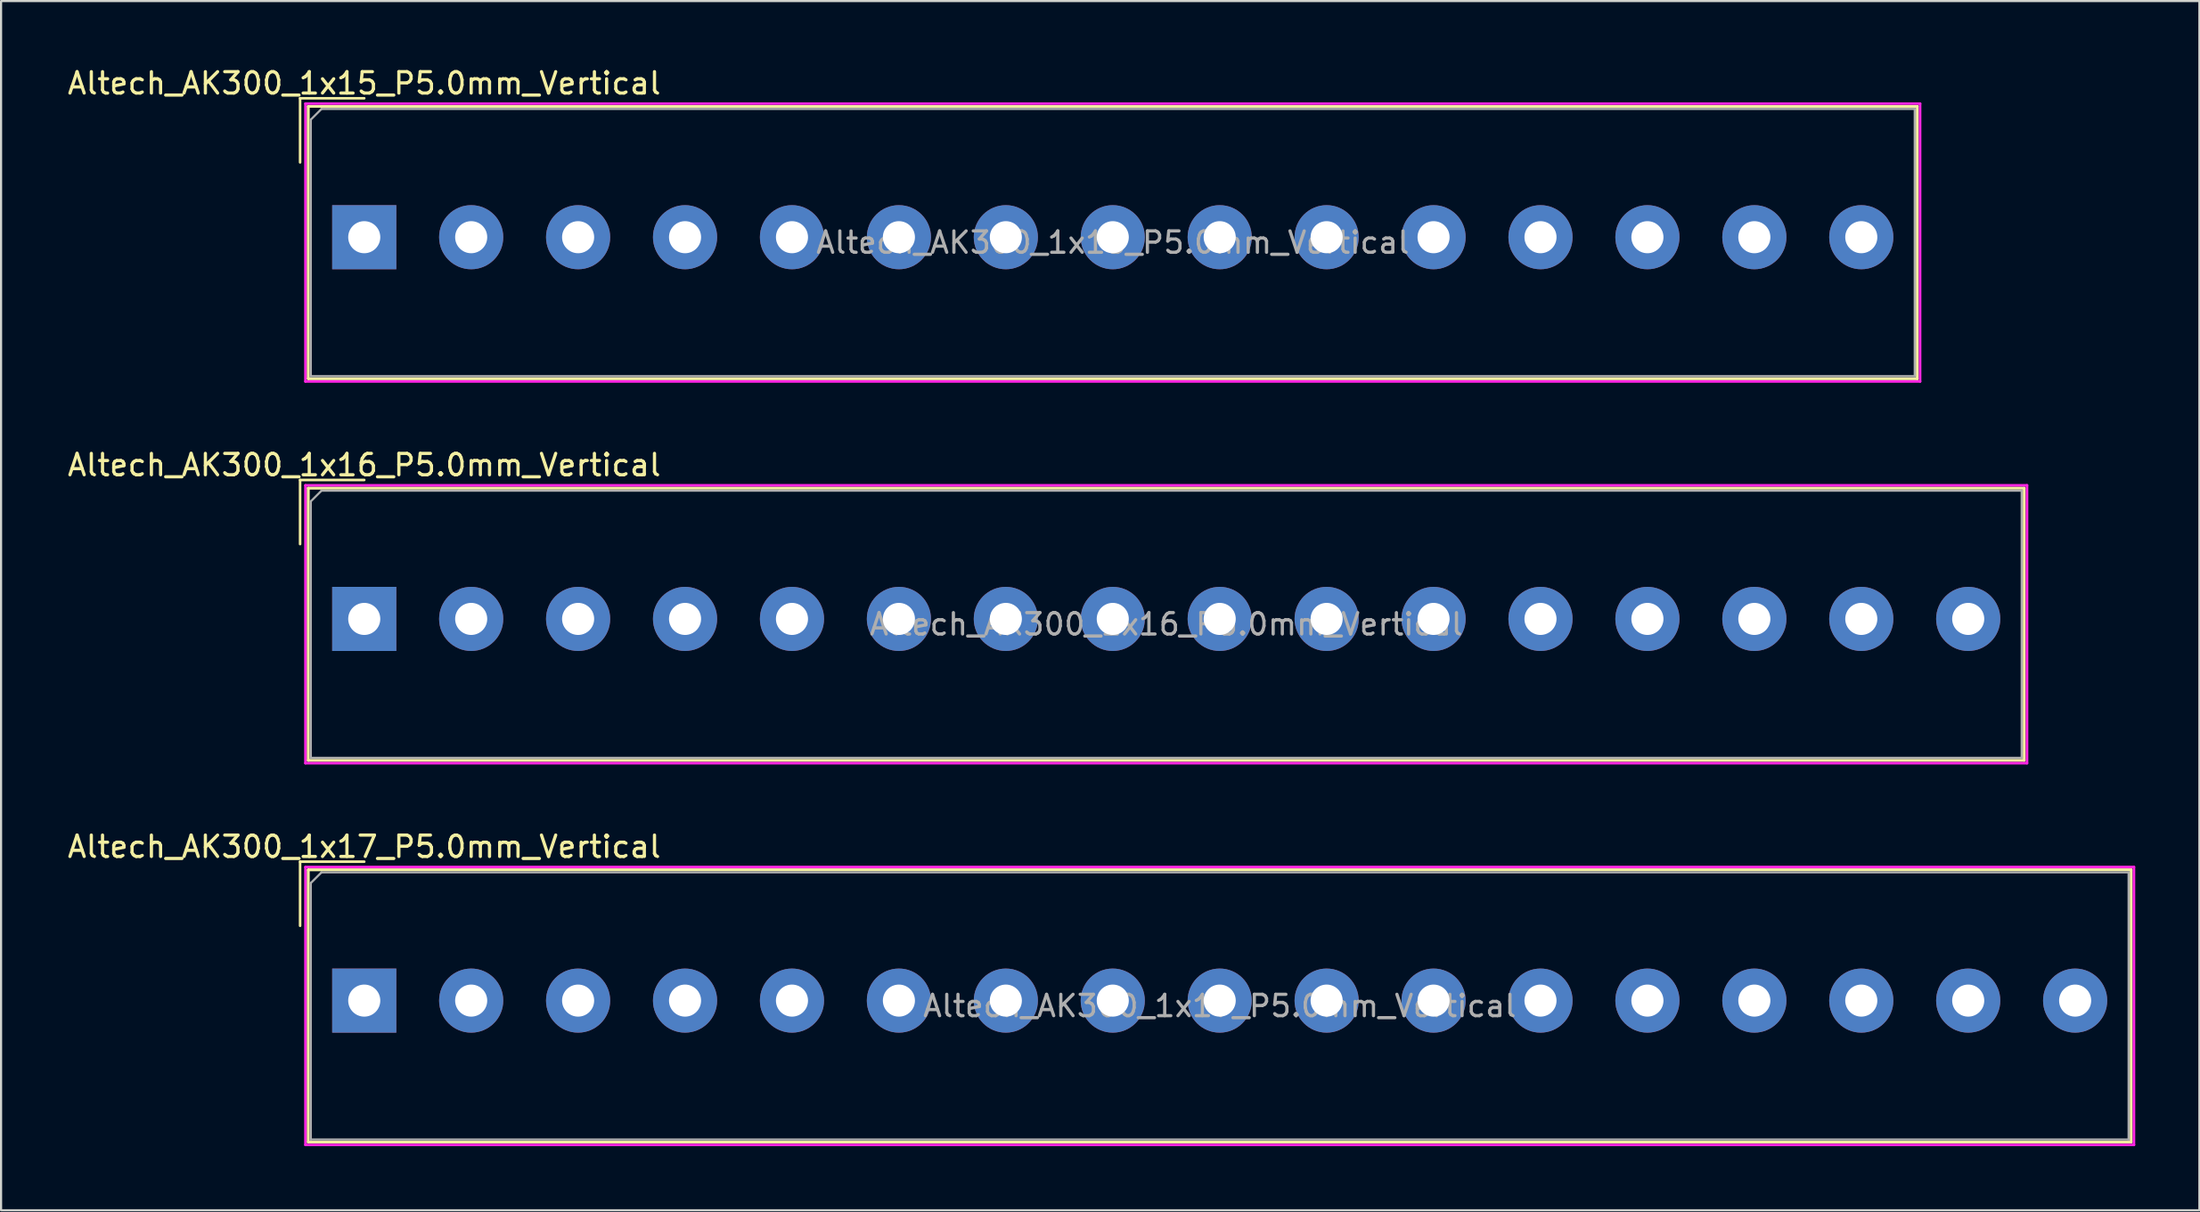
<source format=kicad_pcb>
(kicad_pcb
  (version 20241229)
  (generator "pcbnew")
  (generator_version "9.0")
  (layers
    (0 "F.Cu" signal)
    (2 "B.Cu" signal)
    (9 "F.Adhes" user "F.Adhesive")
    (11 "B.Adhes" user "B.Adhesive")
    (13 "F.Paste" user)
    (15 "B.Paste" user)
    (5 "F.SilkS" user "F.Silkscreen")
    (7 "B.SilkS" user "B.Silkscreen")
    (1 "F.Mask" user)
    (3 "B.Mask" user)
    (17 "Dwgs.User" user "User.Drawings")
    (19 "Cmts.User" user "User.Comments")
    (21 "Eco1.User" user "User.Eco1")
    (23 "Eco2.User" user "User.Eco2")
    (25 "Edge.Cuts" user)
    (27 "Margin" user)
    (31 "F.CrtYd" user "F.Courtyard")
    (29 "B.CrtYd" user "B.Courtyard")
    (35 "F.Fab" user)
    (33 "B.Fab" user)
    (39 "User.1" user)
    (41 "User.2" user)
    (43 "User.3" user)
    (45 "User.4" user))
  (footprint "Altech_AK300_1x15_P5.0mm_Vertical"
    (layer "F.Cu")
    (at 13.982 8.048)
    (property "Reference" "Altech_AK300_1x15_P5.0mm_Vertical" (at 0 -7.2 0) (layer "F.SilkS") (effects (font (size 1 1) (thickness 0.15))))
    (attr through_hole)
    (fp_line (start -3 -6.5) (end 0 -6.5) (stroke (width 0.12) (type solid)) (layer "F.SilkS"))
    (fp_line (start -3 -3.5) (end -3 -6.5) (stroke (width 0.12) (type solid)) (layer "F.SilkS"))
    (fp_line (start -2.62 -6.12) (end -2.62 6.62) (stroke (width 0.12) (type solid)) (layer "F.SilkS"))
    (fp_line (start -2.62 -6.12) (end -2.62 6.62) (stroke (width 0.12) (type solid)) (layer "F.SilkS"))
    (fp_line (start -2.62 -6.12) (end 72.62 -6.12) (stroke (width 0.12) (type solid)) (layer "F.SilkS"))
    (fp_line (start -2.62 -6.12) (end 72.62 -6.12) (stroke (width 0.12) (type solid)) (layer "F.SilkS"))
    (fp_line (start -2.62 6.62) (end 72.62 6.62) (stroke (width 0.12) (type solid)) (layer "F.SilkS"))
    (fp_line (start -2.62 6.62) (end 72.62 6.62) (stroke (width 0.12) (type solid)) (layer "F.SilkS"))
    (fp_line (start 72.62 -6.12) (end 72.62 6.62) (stroke (width 0.12) (type solid)) (layer "F.SilkS"))
    (fp_line (start 72.62 -6.12) (end 72.62 6.62) (stroke (width 0.12) (type solid)) (layer "F.SilkS"))
    (fp_line (start -2.75 -6.25) (end -2.75 6.75) (stroke (width 0.12) (type solid)) (layer "F.CrtYd"))
    (fp_line (start -2.75 -6.25) (end 72.75 -6.25) (stroke (width 0.12) (type solid)) (layer "F.CrtYd"))
    (fp_line (start -2.75 6.75) (end 72.75 6.75) (stroke (width 0.12) (type solid)) (layer "F.CrtYd"))
    (fp_line (start 72.75 -6.25) (end 72.75 6.75) (stroke (width 0.12) (type solid)) (layer "F.CrtYd"))
    (fp_line (start -2.5 -5.5) (end -2 -6) (stroke (width 0.1) (type solid)) (layer "F.Fab"))
    (fp_line (start -2.5 6.5) (end -2.5 -5.5) (stroke (width 0.1) (type solid)) (layer "F.Fab"))
    (fp_line (start -2 -6) (end 72.5 -6) (stroke (width 0.1) (type solid)) (layer "F.Fab"))
    (fp_line (start 72.5 -6) (end 72.5 6.5) (stroke (width 0.1) (type solid)) (layer "F.Fab"))
    (fp_line (start 72.5 6.5) (end -2.5 6.5) (stroke (width 0.1) (type solid)) (layer "F.Fab"))
    (fp_text user "${REFERENCE}" (at 35 0.25 0) (layer "F.Fab") (effects (font (size 1 1) (thickness 0.15))))
    (pad "1" thru_hole rect (at 0 0) (size 3 3) (drill 1.5) (layers "*.Cu" "*.Mask"))
    (pad "2" thru_hole circle (at 5 0) (size 3 3) (drill 1.5) (layers "*.Cu" "*.Mask"))
    (pad "3" thru_hole circle (at 10 0) (size 3 3) (drill 1.5) (layers "*.Cu" "*.Mask"))
    (pad "4" thru_hole circle (at 15 0) (size 3 3) (drill 1.5) (layers "*.Cu" "*.Mask"))
    (pad "5" thru_hole circle (at 20 0) (size 3 3) (drill 1.5) (layers "*.Cu" "*.Mask"))
    (pad "6" thru_hole circle (at 25 0) (size 3 3) (drill 1.5) (layers "*.Cu" "*.Mask"))
    (pad "7" thru_hole circle (at 30 0) (size 3 3) (drill 1.5) (layers "*.Cu" "*.Mask"))
    (pad "8" thru_hole circle (at 35 0) (size 3 3) (drill 1.5) (layers "*.Cu" "*.Mask"))
    (pad "9" thru_hole circle (at 40 0) (size 3 3) (drill 1.5) (layers "*.Cu" "*.Mask"))
    (pad "10" thru_hole circle (at 45 0) (size 3 3) (drill 1.5) (layers "*.Cu" "*.Mask"))
    (pad "11" thru_hole circle (at 50 0) (size 3 3) (drill 1.5) (layers "*.Cu" "*.Mask"))
    (pad "12" thru_hole circle (at 55 0) (size 3 3) (drill 1.5) (layers "*.Cu" "*.Mask"))
    (pad "13" thru_hole circle (at 60 0) (size 3 3) (drill 1.5) (layers "*.Cu" "*.Mask"))
    (pad "14" thru_hole circle (at 65 0) (size 3 3) (drill 1.5) (layers "*.Cu" "*.Mask"))
    (pad "15" thru_hole circle (at 70 0) (size 3 3) (drill 1.5) (layers "*.Cu" "*.Mask")))
  (footprint "Altech_AK300_1x17_P5.0mm_Vertical"
    (layer "F.Cu")
    (at 13.982 43.765)
    (property "Reference" "Altech_AK300_1x17_P5.0mm_Vertical" (at 0 -7.2 0) (layer "F.SilkS") (effects (font (size 1 1) (thickness 0.15))))
    (attr through_hole)
    (fp_line (start -3 -6.5) (end 0 -6.5) (stroke (width 0.12) (type solid)) (layer "F.SilkS"))
    (fp_line (start -3 -3.5) (end -3 -6.5) (stroke (width 0.12) (type solid)) (layer "F.SilkS"))
    (fp_line (start -2.62 -6.12) (end -2.62 6.62) (stroke (width 0.12) (type solid)) (layer "F.SilkS"))
    (fp_line (start -2.62 -6.12) (end -2.62 6.62) (stroke (width 0.12) (type solid)) (layer "F.SilkS"))
    (fp_line (start -2.62 -6.12) (end 82.62 -6.12) (stroke (width 0.12) (type solid)) (layer "F.SilkS"))
    (fp_line (start -2.62 -6.12) (end 82.62 -6.12) (stroke (width 0.12) (type solid)) (layer "F.SilkS"))
    (fp_line (start -2.62 6.62) (end 82.62 6.62) (stroke (width 0.12) (type solid)) (layer "F.SilkS"))
    (fp_line (start -2.62 6.62) (end 82.62 6.62) (stroke (width 0.12) (type solid)) (layer "F.SilkS"))
    (fp_line (start 82.62 -6.12) (end 82.62 6.62) (stroke (width 0.12) (type solid)) (layer "F.SilkS"))
    (fp_line (start 82.62 -6.12) (end 82.62 6.62) (stroke (width 0.12) (type solid)) (layer "F.SilkS"))
    (fp_line (start -2.75 -6.25) (end -2.75 6.75) (stroke (width 0.12) (type solid)) (layer "F.CrtYd"))
    (fp_line (start -2.75 -6.25) (end 82.75 -6.25) (stroke (width 0.12) (type solid)) (layer "F.CrtYd"))
    (fp_line (start -2.75 6.75) (end 82.75 6.75) (stroke (width 0.12) (type solid)) (layer "F.CrtYd"))
    (fp_line (start 82.75 -6.25) (end 82.75 6.75) (stroke (width 0.12) (type solid)) (layer "F.CrtYd"))
    (fp_line (start -2.5 -5.5) (end -2 -6) (stroke (width 0.1) (type solid)) (layer "F.Fab"))
    (fp_line (start -2.5 6.5) (end -2.5 -5.5) (stroke (width 0.1) (type solid)) (layer "F.Fab"))
    (fp_line (start -2 -6) (end 82.5 -6) (stroke (width 0.1) (type solid)) (layer "F.Fab"))
    (fp_line (start 82.5 -6) (end 82.5 6.5) (stroke (width 0.1) (type solid)) (layer "F.Fab"))
    (fp_line (start 82.5 6.5) (end -2.5 6.5) (stroke (width 0.1) (type solid)) (layer "F.Fab"))
    (fp_text user "${REFERENCE}" (at 40 0.25 0) (layer "F.Fab") (effects (font (size 1 1) (thickness 0.15))))
    (pad "1" thru_hole rect (at 0 0) (size 3 3) (drill 1.5) (layers "*.Cu" "*.Mask"))
    (pad "2" thru_hole circle (at 5 0) (size 3 3) (drill 1.5) (layers "*.Cu" "*.Mask"))
    (pad "3" thru_hole circle (at 10 0) (size 3 3) (drill 1.5) (layers "*.Cu" "*.Mask"))
    (pad "4" thru_hole circle (at 15 0) (size 3 3) (drill 1.5) (layers "*.Cu" "*.Mask"))
    (pad "5" thru_hole circle (at 20 0) (size 3 3) (drill 1.5) (layers "*.Cu" "*.Mask"))
    (pad "6" thru_hole circle (at 25 0) (size 3 3) (drill 1.5) (layers "*.Cu" "*.Mask"))
    (pad "7" thru_hole circle (at 30 0) (size 3 3) (drill 1.5) (layers "*.Cu" "*.Mask"))
    (pad "8" thru_hole circle (at 35 0) (size 3 3) (drill 1.5) (layers "*.Cu" "*.Mask"))
    (pad "9" thru_hole circle (at 40 0) (size 3 3) (drill 1.5) (layers "*.Cu" "*.Mask"))
    (pad "10" thru_hole circle (at 45 0) (size 3 3) (drill 1.5) (layers "*.Cu" "*.Mask"))
    (pad "11" thru_hole circle (at 50 0) (size 3 3) (drill 1.5) (layers "*.Cu" "*.Mask"))
    (pad "12" thru_hole circle (at 55 0) (size 3 3) (drill 1.5) (layers "*.Cu" "*.Mask"))
    (pad "13" thru_hole circle (at 60 0) (size 3 3) (drill 1.5) (layers "*.Cu" "*.Mask"))
    (pad "14" thru_hole circle (at 65 0) (size 3 3) (drill 1.5) (layers "*.Cu" "*.Mask"))
    (pad "15" thru_hole circle (at 70 0) (size 3 3) (drill 1.5) (layers "*.Cu" "*.Mask"))
    (pad "16" thru_hole circle (at 75 0) (size 3 3) (drill 1.5) (layers "*.Cu" "*.Mask"))
    (pad "17" thru_hole circle (at 80 0) (size 3 3) (drill 1.5) (layers "*.Cu" "*.Mask")))
  (footprint "Altech_AK300_1x16_P5.0mm_Vertical"
    (layer "F.Cu")
    (at 13.982 25.907)
    (property "Reference" "Altech_AK300_1x16_P5.0mm_Vertical" (at 0 -7.2 0) (layer "F.SilkS") (effects (font (size 1 1) (thickness 0.15))))
    (attr through_hole)
    (fp_line (start -3 -6.5) (end 0 -6.5) (stroke (width 0.12) (type solid)) (layer "F.SilkS"))
    (fp_line (start -3 -3.5) (end -3 -6.5) (stroke (width 0.12) (type solid)) (layer "F.SilkS"))
    (fp_line (start -2.62 -6.12) (end -2.62 6.62) (stroke (width 0.12) (type solid)) (layer "F.SilkS"))
    (fp_line (start -2.62 -6.12) (end -2.62 6.62) (stroke (width 0.12) (type solid)) (layer "F.SilkS"))
    (fp_line (start -2.62 -6.12) (end 77.62 -6.12) (stroke (width 0.12) (type solid)) (layer "F.SilkS"))
    (fp_line (start -2.62 -6.12) (end 77.62 -6.12) (stroke (width 0.12) (type solid)) (layer "F.SilkS"))
    (fp_line (start -2.62 6.62) (end 77.62 6.62) (stroke (width 0.12) (type solid)) (layer "F.SilkS"))
    (fp_line (start -2.62 6.62) (end 77.62 6.62) (stroke (width 0.12) (type solid)) (layer "F.SilkS"))
    (fp_line (start 77.62 -6.12) (end 77.62 6.62) (stroke (width 0.12) (type solid)) (layer "F.SilkS"))
    (fp_line (start 77.62 -6.12) (end 77.62 6.62) (stroke (width 0.12) (type solid)) (layer "F.SilkS"))
    (fp_line (start -2.75 -6.25) (end -2.75 6.75) (stroke (width 0.12) (type solid)) (layer "F.CrtYd"))
    (fp_line (start -2.75 -6.25) (end 77.75 -6.25) (stroke (width 0.12) (type solid)) (layer "F.CrtYd"))
    (fp_line (start -2.75 6.75) (end 77.75 6.75) (stroke (width 0.12) (type solid)) (layer "F.CrtYd"))
    (fp_line (start 77.75 -6.25) (end 77.75 6.75) (stroke (width 0.12) (type solid)) (layer "F.CrtYd"))
    (fp_line (start -2.5 -5.5) (end -2 -6) (stroke (width 0.1) (type solid)) (layer "F.Fab"))
    (fp_line (start -2.5 6.5) (end -2.5 -5.5) (stroke (width 0.1) (type solid)) (layer "F.Fab"))
    (fp_line (start -2 -6) (end 77.5 -6) (stroke (width 0.1) (type solid)) (layer "F.Fab"))
    (fp_line (start 77.5 -6) (end 77.5 6.5) (stroke (width 0.1) (type solid)) (layer "F.Fab"))
    (fp_line (start 77.5 6.5) (end -2.5 6.5) (stroke (width 0.1) (type solid)) (layer "F.Fab"))
    (fp_text user "${REFERENCE}" (at 37.5 0.25 0) (layer "F.Fab") (effects (font (size 1 1) (thickness 0.15))))
    (pad "1" thru_hole rect (at 0 0) (size 3 3) (drill 1.5) (layers "*.Cu" "*.Mask"))
    (pad "2" thru_hole circle (at 5 0) (size 3 3) (drill 1.5) (layers "*.Cu" "*.Mask"))
    (pad "3" thru_hole circle (at 10 0) (size 3 3) (drill 1.5) (layers "*.Cu" "*.Mask"))
    (pad "4" thru_hole circle (at 15 0) (size 3 3) (drill 1.5) (layers "*.Cu" "*.Mask"))
    (pad "5" thru_hole circle (at 20 0) (size 3 3) (drill 1.5) (layers "*.Cu" "*.Mask"))
    (pad "6" thru_hole circle (at 25 0) (size 3 3) (drill 1.5) (layers "*.Cu" "*.Mask"))
    (pad "7" thru_hole circle (at 30 0) (size 3 3) (drill 1.5) (layers "*.Cu" "*.Mask"))
    (pad "8" thru_hole circle (at 35 0) (size 3 3) (drill 1.5) (layers "*.Cu" "*.Mask"))
    (pad "9" thru_hole circle (at 40 0) (size 3 3) (drill 1.5) (layers "*.Cu" "*.Mask"))
    (pad "10" thru_hole circle (at 45 0) (size 3 3) (drill 1.5) (layers "*.Cu" "*.Mask"))
    (pad "11" thru_hole circle (at 50 0) (size 3 3) (drill 1.5) (layers "*.Cu" "*.Mask"))
    (pad "12" thru_hole circle (at 55 0) (size 3 3) (drill 1.5) (layers "*.Cu" "*.Mask"))
    (pad "13" thru_hole circle (at 60 0) (size 3 3) (drill 1.5) (layers "*.Cu" "*.Mask"))
    (pad "14" thru_hole circle (at 65 0) (size 3 3) (drill 1.5) (layers "*.Cu" "*.Mask"))
    (pad "15" thru_hole circle (at 70 0) (size 3 3) (drill 1.5) (layers "*.Cu" "*.Mask"))
    (pad "16" thru_hole circle (at 75 0) (size 3 3) (drill 1.5) (layers "*.Cu" "*.Mask")))
  (gr_rect
    (start -3 -3)
    (end 99.792 53.575)
    (stroke (width 0.1) (type default))
    (fill no)
    (layer "Edge.Cuts")))
</source>
